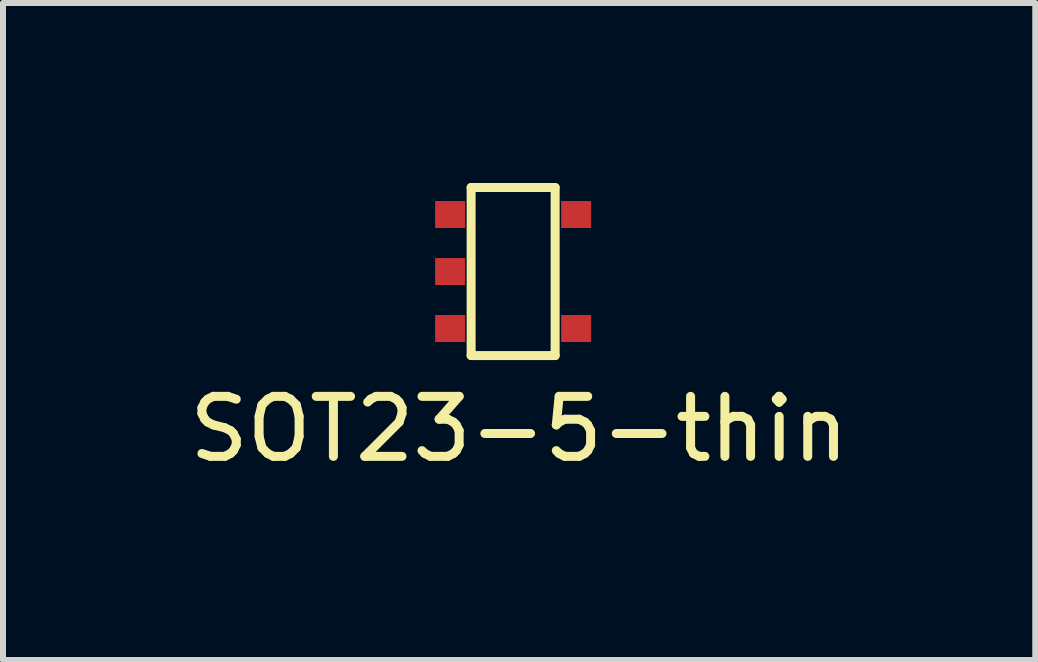
<source format=kicad_pcb>
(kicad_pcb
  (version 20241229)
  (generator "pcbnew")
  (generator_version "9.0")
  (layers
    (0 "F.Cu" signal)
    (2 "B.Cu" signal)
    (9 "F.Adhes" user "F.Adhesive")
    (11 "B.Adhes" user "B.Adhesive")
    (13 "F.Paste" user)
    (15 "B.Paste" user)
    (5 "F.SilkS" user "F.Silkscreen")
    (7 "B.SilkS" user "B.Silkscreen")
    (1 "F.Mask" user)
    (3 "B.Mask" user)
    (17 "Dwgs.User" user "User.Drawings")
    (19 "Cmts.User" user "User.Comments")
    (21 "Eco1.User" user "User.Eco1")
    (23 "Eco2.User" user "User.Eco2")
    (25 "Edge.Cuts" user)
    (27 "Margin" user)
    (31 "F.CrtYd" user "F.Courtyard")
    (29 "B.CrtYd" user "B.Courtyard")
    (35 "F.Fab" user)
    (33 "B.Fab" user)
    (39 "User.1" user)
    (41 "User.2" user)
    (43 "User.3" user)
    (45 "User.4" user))
  (footprint "SOT23-5-thin"
    (layer "F.Cu")
    (at 5.251 1.425)
    (property "Reference" "SOT23-5-thin" (at 0.35 2.675 0) (layer "F.SilkS") (effects (font (size 1 1) (thickness 0.15))))
    (attr through_hole)
    (fp_line (start -0.45 -1.35) (end -0.45 1.45) (stroke (width 0.15) (type solid)) (layer "F.SilkS"))
    (fp_line (start -0.45 1.45) (end 0.95 1.45) (stroke (width 0.15) (type solid)) (layer "F.SilkS"))
    (fp_line (start 0.95 -1.35) (end -0.45 -1.35) (stroke (width 0.15) (type solid)) (layer "F.SilkS"))
    (fp_line (start 0.95 1.45) (end 0.95 -1.35) (stroke (width 0.15) (type solid)) (layer "F.SilkS"))
    (pad "1" smd rect (at -0.8 -0.9) (size 0.5 0.45) (layers "F.Cu" "F.Mask" "F.Paste"))
    (pad "2" smd rect (at -0.8 0.05) (size 0.5 0.45) (layers "F.Cu" "F.Mask" "F.Paste"))
    (pad "3" smd rect (at -0.8 1) (size 0.5 0.45) (layers "F.Cu" "F.Mask" "F.Paste"))
    (pad "4" smd rect (at 1.3 1) (size 0.5 0.45) (layers "F.Cu" "F.Mask" "F.Paste"))
    (pad "5" smd rect (at 1.3 -0.9) (size 0.5 0.45) (layers "F.Cu" "F.Mask" "F.Paste")))
  (gr_rect
    (start -3 -3)
    (end 14.202 7.948)
    (stroke (width 0.1) (type default))
    (fill no)
    (layer "Edge.Cuts")))
</source>
